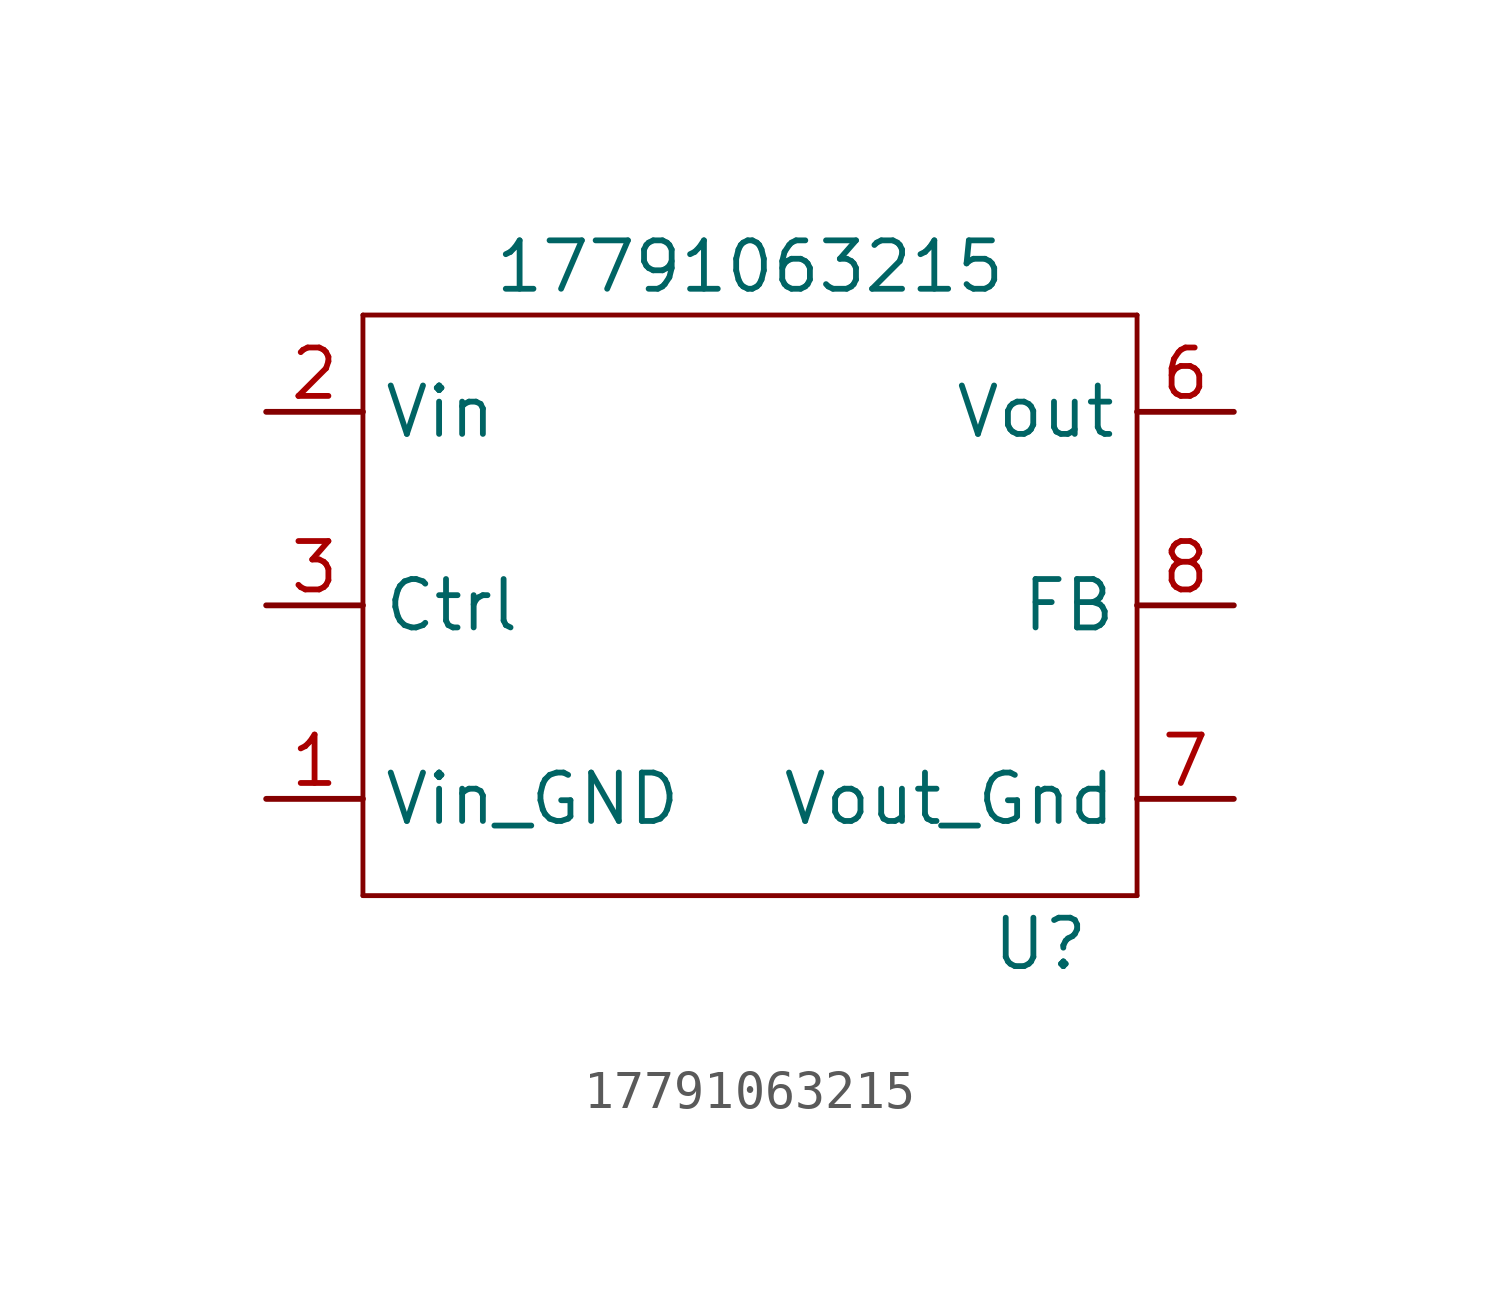
<source format=kicad_sym>
(kicad_symbol_lib
  (version 20220914)
  (generator kicad_symbol_editor)
  (symbol "17791063215"
    (property "Reference" "U"
      (at 7.62 -8.89 0)
      (effects (font (size 1.27 1.27))))
    (property "Value" "17791063215"
      (at 0 8.89 0)
      (effects (font (size 1.27 1.27))))
    (symbol "17791063215_0_1"
      (polyline (pts (xy -10.16 -7.62) (xy 10.16 -7.62)) (stroke (width 0.127) (type default)) (fill (type none)))
      (polyline (pts (xy -10.16 7.62) (xy -10.16 -7.62)) (stroke (width 0.127) (type default)) (fill (type none)))
      (polyline (pts (xy 10.16 -7.62) (xy 10.16 7.62)) (stroke (width 0.127) (type default)) (fill (type none)))
      (polyline (pts (xy 10.16 7.62) (xy -10.16 7.62)) (stroke (width 0.127) (type default)) (fill (type none))))
    (symbol "17791063215_1_1"
      (pin power_in line (at -12.7 -5.08 0) (length 2.54) (name "Vin_GND" (effects (font (size 1.27 1.27)))) (number "1" (effects (font (size 1.27 1.27)))))
      (pin power_in line (at -12.7 5.08 0) (length 2.54) (name "Vin" (effects (font (size 1.27 1.27)))) (number "2" (effects (font (size 1.27 1.27)))))
      (pin input line (at -12.7 0 0) (length 2.54) (name "Ctrl" (effects (font (size 1.27 1.27)))) (number "3" (effects (font (size 1.27 1.27)))))
      (pin power_out line (at 12.7 5.08 180) (length 2.54) (name "Vout" (effects (font (size 1.27 1.27)))) (number "6" (effects (font (size 1.27 1.27)))))
      (pin passive line (at 12.7 -5.08 180) (length 2.54) (name "Vout_Gnd" (effects (font (size 1.27 1.27)))) (number "7" (effects (font (size 1.27 1.27)))))
      (pin bidirectional line (at 12.7 0 180) (length 2.54) (name "FB" (effects (font (size 1.27 1.27)))) (number "8" (effects (font (size 1.27 1.27))))))))
</source>
